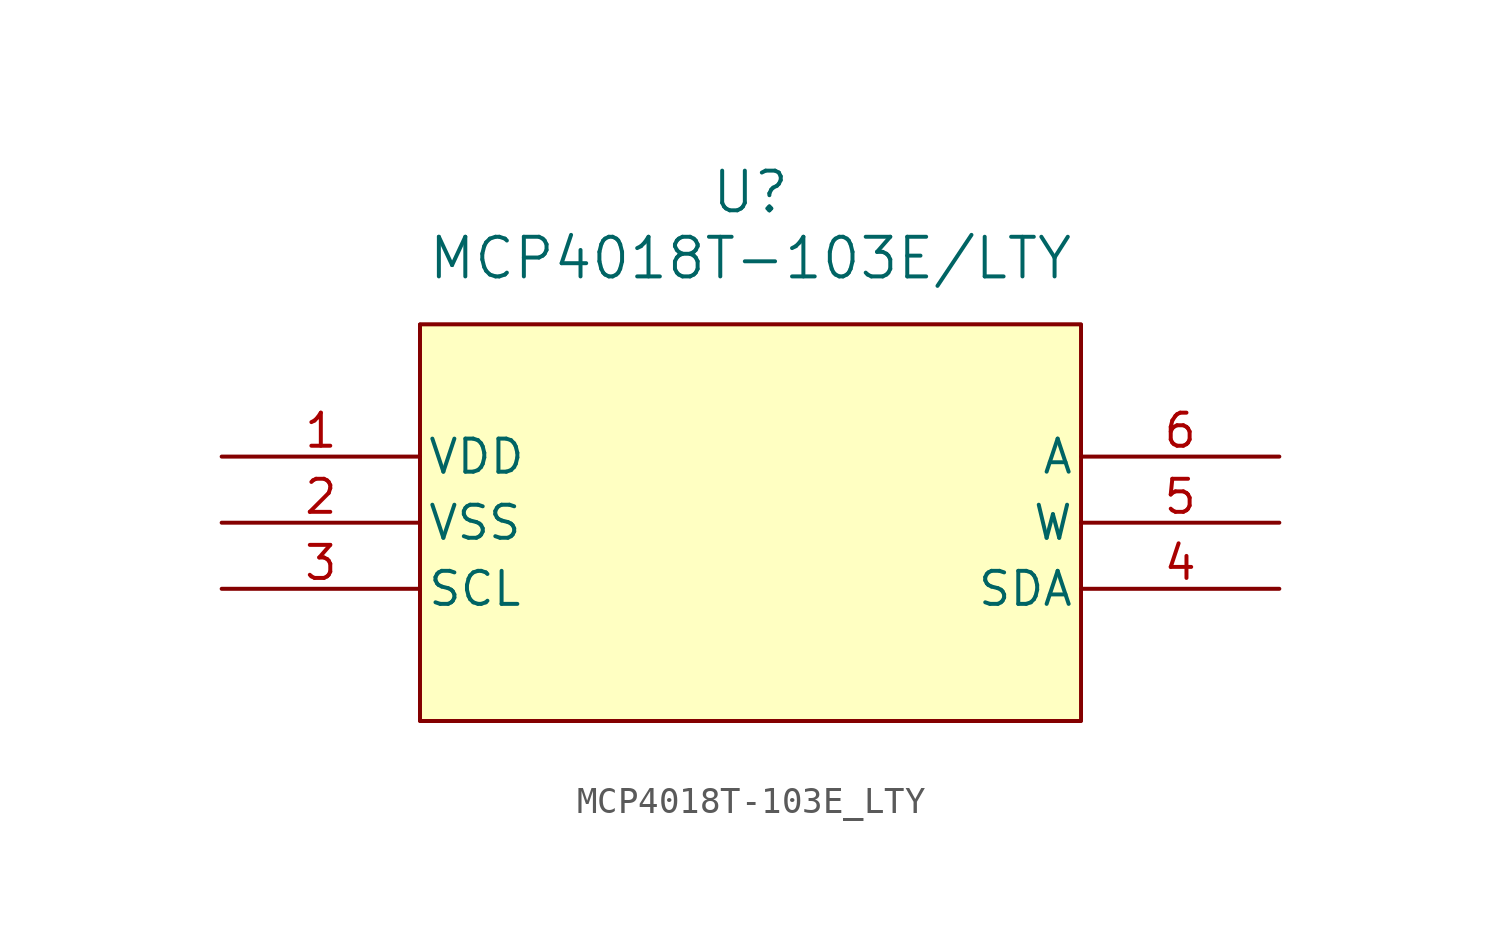
<source format=kicad_sym>
(kicad_symbol_lib
  (version 20241209)
  (generator "kicad_symbol_editor")
  (generator_version "9.0")
  (symbol "MCP4018T-103E_LTY"
    (pin_names
      (offset 0.254))
    (property "Reference" "U"
      (at 20.32 10.16 0)
      (effects (font (size 1.524 1.524))))
    (property "Value" "MCP4018T-103E/LTY"
      (at 20.32 7.62 0)
      (effects (font (size 1.524 1.524))))
    (property "ki_locked" ""
      (at 0 0 0)
      (effects (font (size 1.27 1.27))))
    (symbol "MCP4018T-103E_LTY_0_1"
      (polyline (pts (xy 7.62 5.08) (xy 7.62 -10.16)) (stroke (width 0.127) (type default)) (fill (type none)))
      (polyline (pts (xy 7.62 -10.16) (xy 33.02 -10.16)) (stroke (width 0.127) (type default)) (fill (type none)))
      (polyline (pts (xy 33.02 5.08) (xy 7.62 5.08)) (stroke (width 0.127) (type default)) (fill (type none)))
      (pin power_in line (at 0 0 0) (length 7.62) (name "VDD" (effects (font (size 1.27 1.27)))) (number "1" (effects (font (size 1.27 1.27)))))
      (pin power_out line (at 0 -2.54 0) (length 7.62) (name "VSS" (effects (font (size 1.27 1.27)))) (number "2" (effects (font (size 1.27 1.27)))))
      (pin input line (at 0 -5.08 0) (length 7.62) (name "SCL" (effects (font (size 1.27 1.27)))) (number "3" (effects (font (size 1.27 1.27)))))
      (pin bidirectional line (at 40.64 0 180) (length 7.62) (name "A" (effects (font (size 1.27 1.27)))) (number "6" (effects (font (size 1.27 1.27)))))
      (pin input line (at 40.64 -2.54 180) (length 7.62) (name "W" (effects (font (size 1.27 1.27)))) (number "5" (effects (font (size 1.27 1.27)))))
      (pin bidirectional line (at 40.64 -5.08 180) (length 7.62) (name "SDA" (effects (font (size 1.27 1.27)))) (number "4" (effects (font (size 1.27 1.27))))))
    (symbol "MCP4018T-103E_LTY_1_1"
      (rectangle (start 7.62 5.08) (end 33.02 -10.16) (stroke (width 0) (type solid)) (fill (type background))))))
</source>
